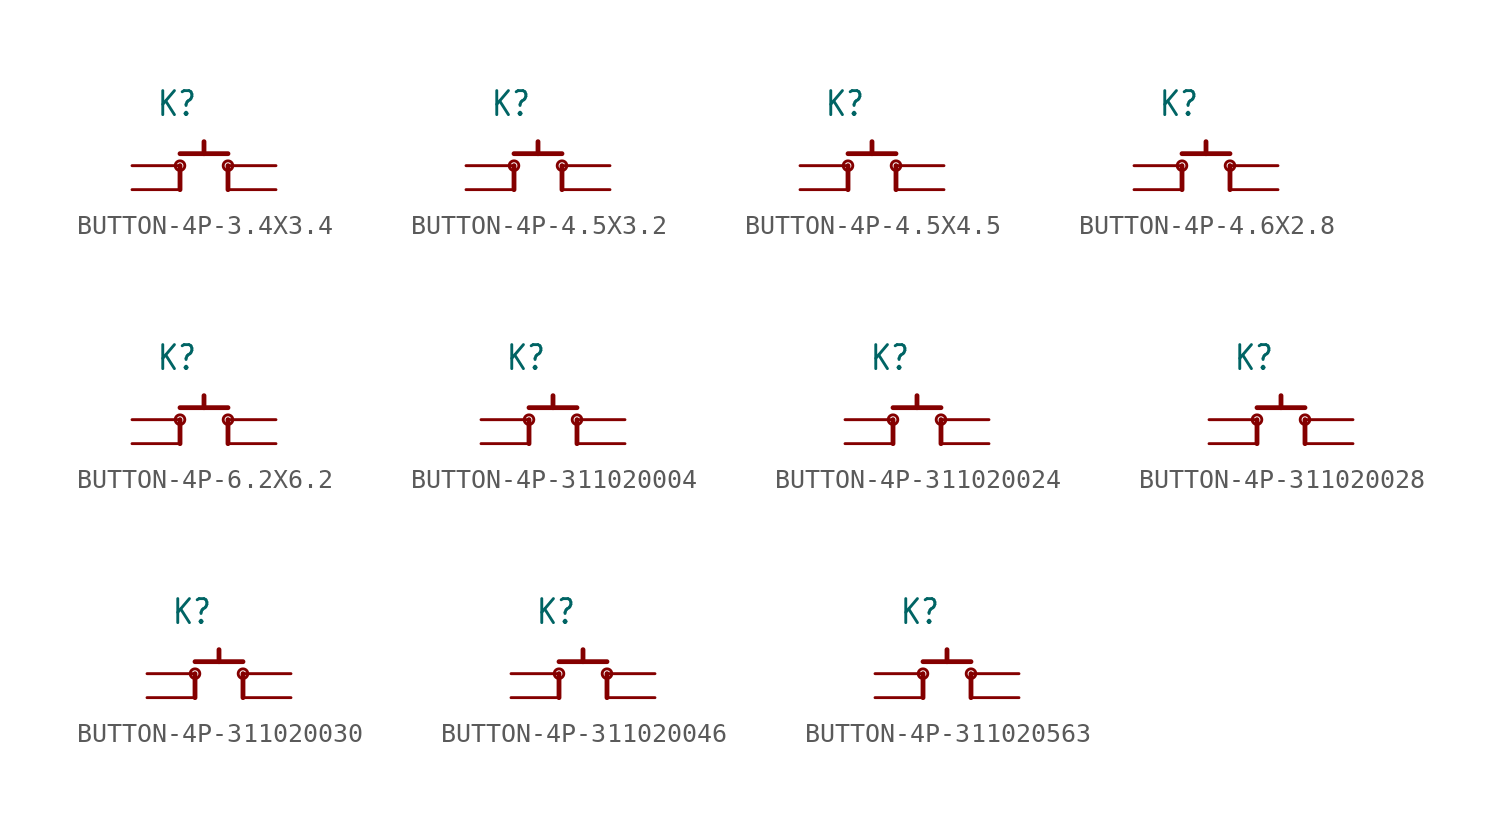
<source format=kicad_sym>
(kicad_symbol_lib
  (version 20220914)
  (generator kicad_symbol_editor)
  (symbol "BUTTON-4P-3.4X3.4"
    (property "Reference" "K"
      (at -2.54 2.54 0)
      (effects (font (size 1.27 1.079)) (justify left bottom)))
    (property "Value" ""
      (at -2.54 1.27 0)
      (effects (font (size 1.27 1.079)) (justify left bottom)))
    (property "ki_locked" ""
      (at 0 0 0)
      (effects (font (size 1.27 1.27))))
    (symbol "BUTTON-4P-3.4X3.4_1_0"
      (circle (center -1.27 0) (radius 0.254) (stroke (width 0) (type solid)) (fill (type none)))
      (polyline (pts (xy -1.27 -1.27) (xy -1.27 0)) (stroke (width 0.254) (type solid)) (fill (type none)))
      (polyline (pts (xy -1.27 0.635) (xy 0 0.635)) (stroke (width 0.254) (type solid)) (fill (type none)))
      (polyline (pts (xy 0 0.635) (xy 0 1.27)) (stroke (width 0.254) (type solid)) (fill (type none)))
      (polyline (pts (xy 0 0.635) (xy 1.27 0.635)) (stroke (width 0.254) (type solid)) (fill (type none)))
      (polyline (pts (xy 1.27 0) (xy 1.27 -1.27)) (stroke (width 0.254) (type solid)) (fill (type none)))
      (circle (center 1.27 0) (radius 0.254) (stroke (width 0) (type solid)) (fill (type none)))
      (pin bidirectional line (at -3.81 0 0) (length 2.54) (name "A0" (effects (font (size 0 0)))) (number "1" (effects (font (size 0 0)))))
      (pin bidirectional line (at 3.81 0 180) (length 2.54) (name "B0" (effects (font (size 0 0)))) (number "2" (effects (font (size 0 0)))))
      (pin bidirectional line (at -3.81 -1.27 0) (length 2.54) (name "A1" (effects (font (size 0 0)))) (number "3" (effects (font (size 0 0)))))
      (pin bidirectional line (at 3.81 -1.27 180) (length 2.54) (name "B1" (effects (font (size 0 0)))) (number "4" (effects (font (size 0 0)))))))
  (symbol "BUTTON-4P-4.5X3.2"
    (property "Reference" "K"
      (at -2.54 2.54 0)
      (effects (font (size 1.27 1.079)) (justify left bottom)))
    (property "Value" ""
      (at -2.54 1.27 0)
      (effects (font (size 1.27 1.079)) (justify left bottom)))
    (property "ki_locked" ""
      (at 0 0 0)
      (effects (font (size 1.27 1.27))))
    (symbol "BUTTON-4P-4.5X3.2_1_0"
      (circle (center -1.27 0) (radius 0.254) (stroke (width 0) (type solid)) (fill (type none)))
      (polyline (pts (xy -1.27 -1.27) (xy -1.27 0)) (stroke (width 0.254) (type solid)) (fill (type none)))
      (polyline (pts (xy -1.27 0.635) (xy 0 0.635)) (stroke (width 0.254) (type solid)) (fill (type none)))
      (polyline (pts (xy 0 0.635) (xy 0 1.27)) (stroke (width 0.254) (type solid)) (fill (type none)))
      (polyline (pts (xy 0 0.635) (xy 1.27 0.635)) (stroke (width 0.254) (type solid)) (fill (type none)))
      (polyline (pts (xy 1.27 0) (xy 1.27 -1.27)) (stroke (width 0.254) (type solid)) (fill (type none)))
      (circle (center 1.27 0) (radius 0.254) (stroke (width 0) (type solid)) (fill (type none)))
      (pin bidirectional line (at -3.81 0 0) (length 2.54) (name "A0" (effects (font (size 0 0)))) (number "1" (effects (font (size 0 0)))))
      (pin bidirectional line (at -3.81 -1.27 0) (length 2.54) (name "A1" (effects (font (size 0 0)))) (number "2" (effects (font (size 0 0)))))
      (pin bidirectional line (at 3.81 0 180) (length 2.54) (name "B0" (effects (font (size 0 0)))) (number "3" (effects (font (size 0 0)))))
      (pin bidirectional line (at 3.81 -1.27 180) (length 2.54) (name "B1" (effects (font (size 0 0)))) (number "4" (effects (font (size 0 0)))))))
  (symbol "BUTTON-4P-4.5X4.5"
    (property "Reference" "K"
      (at -2.54 2.54 0)
      (effects (font (size 1.27 1.079)) (justify left bottom)))
    (property "Value" ""
      (at -2.54 1.27 0)
      (effects (font (size 1.27 1.079)) (justify left bottom)))
    (property "ki_locked" ""
      (at 0 0 0)
      (effects (font (size 1.27 1.27))))
    (symbol "BUTTON-4P-4.5X4.5_1_0"
      (circle (center -1.27 0) (radius 0.254) (stroke (width 0) (type solid)) (fill (type none)))
      (polyline (pts (xy -1.27 -1.27) (xy -1.27 0)) (stroke (width 0.254) (type solid)) (fill (type none)))
      (polyline (pts (xy -1.27 0.635) (xy 0 0.635)) (stroke (width 0.254) (type solid)) (fill (type none)))
      (polyline (pts (xy 0 0.635) (xy 0 1.27)) (stroke (width 0.254) (type solid)) (fill (type none)))
      (polyline (pts (xy 0 0.635) (xy 1.27 0.635)) (stroke (width 0.254) (type solid)) (fill (type none)))
      (polyline (pts (xy 1.27 0) (xy 1.27 -1.27)) (stroke (width 0.254) (type solid)) (fill (type none)))
      (circle (center 1.27 0) (radius 0.254) (stroke (width 0) (type solid)) (fill (type none)))
      (pin bidirectional line (at -3.81 0 0) (length 2.54) (name "A0" (effects (font (size 0 0)))) (number "1" (effects (font (size 0 0)))))
      (pin bidirectional line (at -3.81 -1.27 0) (length 2.54) (name "A1" (effects (font (size 0 0)))) (number "2" (effects (font (size 0 0)))))
      (pin bidirectional line (at 3.81 0 180) (length 2.54) (name "B0" (effects (font (size 0 0)))) (number "3" (effects (font (size 0 0)))))
      (pin bidirectional line (at 3.81 -1.27 180) (length 2.54) (name "B1" (effects (font (size 0 0)))) (number "4" (effects (font (size 0 0)))))))
  (symbol "BUTTON-4P-4.6X2.8"
    (property "Reference" "K"
      (at -2.54 2.54 0)
      (effects (font (size 1.27 1.079)) (justify left bottom)))
    (property "Value" ""
      (at -2.54 1.27 0)
      (effects (font (size 1.27 1.079)) (justify left bottom)))
    (property "ki_locked" ""
      (at 0 0 0)
      (effects (font (size 1.27 1.27))))
    (symbol "BUTTON-4P-4.6X2.8_1_0"
      (circle (center -1.27 0) (radius 0.254) (stroke (width 0) (type solid)) (fill (type none)))
      (polyline (pts (xy -1.27 -1.27) (xy -1.27 0)) (stroke (width 0.254) (type solid)) (fill (type none)))
      (polyline (pts (xy -1.27 0.635) (xy 0 0.635)) (stroke (width 0.254) (type solid)) (fill (type none)))
      (polyline (pts (xy 0 0.635) (xy 0 1.27)) (stroke (width 0.254) (type solid)) (fill (type none)))
      (polyline (pts (xy 0 0.635) (xy 1.27 0.635)) (stroke (width 0.254) (type solid)) (fill (type none)))
      (polyline (pts (xy 1.27 0) (xy 1.27 -1.27)) (stroke (width 0.254) (type solid)) (fill (type none)))
      (circle (center 1.27 0) (radius 0.254) (stroke (width 0) (type solid)) (fill (type none)))
      (pin bidirectional line (at -3.81 0 0) (length 2.54) (name "A0" (effects (font (size 0 0)))) (number "1" (effects (font (size 0 0)))))
      (pin bidirectional line (at -3.81 -1.27 0) (length 2.54) (name "A1" (effects (font (size 0 0)))) (number "2" (effects (font (size 0 0)))))
      (pin bidirectional line (at 3.81 0 180) (length 2.54) (name "B0" (effects (font (size 0 0)))) (number "3" (effects (font (size 0 0)))))
      (pin bidirectional line (at 3.81 -1.27 180) (length 2.54) (name "B1" (effects (font (size 0 0)))) (number "4" (effects (font (size 0 0)))))))
  (symbol "BUTTON-4P-6.2X6.2"
    (property "Reference" "K"
      (at -2.54 2.54 0)
      (effects (font (size 1.27 1.079)) (justify left bottom)))
    (property "Value" ""
      (at -2.54 1.27 0)
      (effects (font (size 1.27 1.079)) (justify left bottom)))
    (property "ki_locked" ""
      (at 0 0 0)
      (effects (font (size 1.27 1.27))))
    (symbol "BUTTON-4P-6.2X6.2_1_0"
      (circle (center -1.27 0) (radius 0.254) (stroke (width 0) (type solid)) (fill (type none)))
      (polyline (pts (xy -1.27 -1.27) (xy -1.27 0)) (stroke (width 0.254) (type solid)) (fill (type none)))
      (polyline (pts (xy -1.27 0.635) (xy 0 0.635)) (stroke (width 0.254) (type solid)) (fill (type none)))
      (polyline (pts (xy 0 0.635) (xy 0 1.27)) (stroke (width 0.254) (type solid)) (fill (type none)))
      (polyline (pts (xy 0 0.635) (xy 1.27 0.635)) (stroke (width 0.254) (type solid)) (fill (type none)))
      (polyline (pts (xy 1.27 0) (xy 1.27 -1.27)) (stroke (width 0.254) (type solid)) (fill (type none)))
      (circle (center 1.27 0) (radius 0.254) (stroke (width 0) (type solid)) (fill (type none)))
      (pin bidirectional line (at -3.81 0 0) (length 2.54) (name "A0" (effects (font (size 0 0)))) (number "1" (effects (font (size 0 0)))))
      (pin bidirectional line (at 3.81 0 180) (length 2.54) (name "B0" (effects (font (size 0 0)))) (number "2" (effects (font (size 0 0)))))
      (pin bidirectional line (at 3.81 -1.27 180) (length 2.54) (name "B1" (effects (font (size 0 0)))) (number "3" (effects (font (size 0 0)))))
      (pin bidirectional line (at -3.81 -1.27 0) (length 2.54) (name "A1" (effects (font (size 0 0)))) (number "4" (effects (font (size 0 0)))))))
  (symbol "BUTTON-4P-311020004"
    (property "Reference" "K"
      (at -2.54 2.54 0)
      (effects (font (size 1.27 1.079)) (justify left bottom)))
    (property "Value" ""
      (at -2.54 1.27 0)
      (effects (font (size 1.27 1.079)) (justify left bottom)))
    (property "ki_locked" ""
      (at 0 0 0)
      (effects (font (size 1.27 1.27))))
    (symbol "BUTTON-4P-311020004_1_0"
      (circle (center -1.27 0) (radius 0.254) (stroke (width 0) (type solid)) (fill (type none)))
      (polyline (pts (xy -1.27 -1.27) (xy -1.27 0)) (stroke (width 0.254) (type solid)) (fill (type none)))
      (polyline (pts (xy -1.27 0.635) (xy 0 0.635)) (stroke (width 0.254) (type solid)) (fill (type none)))
      (polyline (pts (xy 0 0.635) (xy 0 1.27)) (stroke (width 0.254) (type solid)) (fill (type none)))
      (polyline (pts (xy 0 0.635) (xy 1.27 0.635)) (stroke (width 0.254) (type solid)) (fill (type none)))
      (polyline (pts (xy 1.27 0) (xy 1.27 -1.27)) (stroke (width 0.254) (type solid)) (fill (type none)))
      (circle (center 1.27 0) (radius 0.254) (stroke (width 0) (type solid)) (fill (type none)))
      (pin bidirectional line (at -3.81 0 0) (length 2.54) (name "A0" (effects (font (size 0 0)))) (number "1" (effects (font (size 0 0)))))
      (pin bidirectional line (at 3.81 0 180) (length 2.54) (name "B0" (effects (font (size 0 0)))) (number "2" (effects (font (size 0 0)))))
      (pin bidirectional line (at 3.81 -1.27 180) (length 2.54) (name "B1" (effects (font (size 0 0)))) (number "3" (effects (font (size 0 0)))))
      (pin bidirectional line (at -3.81 -1.27 0) (length 2.54) (name "A1" (effects (font (size 0 0)))) (number "4" (effects (font (size 0 0)))))))
  (symbol "BUTTON-4P-311020024"
    (property "Reference" "K"
      (at -2.54 2.54 0)
      (effects (font (size 1.27 1.079)) (justify left bottom)))
    (property "Value" ""
      (at -2.54 1.27 0)
      (effects (font (size 1.27 1.079)) (justify left bottom)))
    (property "ki_locked" ""
      (at 0 0 0)
      (effects (font (size 1.27 1.27))))
    (symbol "BUTTON-4P-311020024_1_0"
      (circle (center -1.27 0) (radius 0.254) (stroke (width 0) (type solid)) (fill (type none)))
      (polyline (pts (xy -1.27 -1.27) (xy -1.27 0)) (stroke (width 0.254) (type solid)) (fill (type none)))
      (polyline (pts (xy -1.27 0.635) (xy 0 0.635)) (stroke (width 0.254) (type solid)) (fill (type none)))
      (polyline (pts (xy 0 0.635) (xy 0 1.27)) (stroke (width 0.254) (type solid)) (fill (type none)))
      (polyline (pts (xy 0 0.635) (xy 1.27 0.635)) (stroke (width 0.254) (type solid)) (fill (type none)))
      (polyline (pts (xy 1.27 0) (xy 1.27 -1.27)) (stroke (width 0.254) (type solid)) (fill (type none)))
      (circle (center 1.27 0) (radius 0.254) (stroke (width 0) (type solid)) (fill (type none)))
      (pin bidirectional line (at -3.81 0 0) (length 2.54) (name "A0" (effects (font (size 0 0)))) (number "1" (effects (font (size 0 0)))))
      (pin bidirectional line (at 3.81 0 180) (length 2.54) (name "B0" (effects (font (size 0 0)))) (number "2" (effects (font (size 0 0)))))
      (pin bidirectional line (at 3.81 -1.27 180) (length 2.54) (name "B1" (effects (font (size 0 0)))) (number "3" (effects (font (size 0 0)))))
      (pin bidirectional line (at -3.81 -1.27 0) (length 2.54) (name "A1" (effects (font (size 0 0)))) (number "4" (effects (font (size 0 0)))))))
  (symbol "BUTTON-4P-311020028"
    (property "Reference" "K"
      (at -2.54 2.54 0)
      (effects (font (size 1.27 1.079)) (justify left bottom)))
    (property "Value" ""
      (at -2.54 1.27 0)
      (effects (font (size 1.27 1.079)) (justify left bottom)))
    (property "ki_locked" ""
      (at 0 0 0)
      (effects (font (size 1.27 1.27))))
    (symbol "BUTTON-4P-311020028_1_0"
      (circle (center -1.27 0) (radius 0.254) (stroke (width 0) (type solid)) (fill (type none)))
      (polyline (pts (xy -1.27 -1.27) (xy -1.27 0)) (stroke (width 0.254) (type solid)) (fill (type none)))
      (polyline (pts (xy -1.27 0.635) (xy 0 0.635)) (stroke (width 0.254) (type solid)) (fill (type none)))
      (polyline (pts (xy 0 0.635) (xy 0 1.27)) (stroke (width 0.254) (type solid)) (fill (type none)))
      (polyline (pts (xy 0 0.635) (xy 1.27 0.635)) (stroke (width 0.254) (type solid)) (fill (type none)))
      (polyline (pts (xy 1.27 0) (xy 1.27 -1.27)) (stroke (width 0.254) (type solid)) (fill (type none)))
      (circle (center 1.27 0) (radius 0.254) (stroke (width 0) (type solid)) (fill (type none)))
      (pin bidirectional line (at -3.81 0 0) (length 2.54) (name "A0" (effects (font (size 0 0)))) (number "1" (effects (font (size 0 0)))))
      (pin bidirectional line (at 3.81 0 180) (length 2.54) (name "B0" (effects (font (size 0 0)))) (number "2" (effects (font (size 0 0)))))
      (pin bidirectional line (at 3.81 -1.27 180) (length 2.54) (name "B1" (effects (font (size 0 0)))) (number "3" (effects (font (size 0 0)))))
      (pin bidirectional line (at -3.81 -1.27 0) (length 2.54) (name "A1" (effects (font (size 0 0)))) (number "4" (effects (font (size 0 0)))))))
  (symbol "BUTTON-4P-311020030"
    (property "Reference" "K"
      (at -2.54 2.54 0)
      (effects (font (size 1.27 1.079)) (justify left bottom)))
    (property "Value" ""
      (at -2.54 1.27 0)
      (effects (font (size 1.27 1.079)) (justify left bottom)))
    (property "ki_locked" ""
      (at 0 0 0)
      (effects (font (size 1.27 1.27))))
    (symbol "BUTTON-4P-311020030_1_0"
      (circle (center -1.27 0) (radius 0.254) (stroke (width 0) (type solid)) (fill (type none)))
      (polyline (pts (xy -1.27 -1.27) (xy -1.27 0)) (stroke (width 0.254) (type solid)) (fill (type none)))
      (polyline (pts (xy -1.27 0.635) (xy 0 0.635)) (stroke (width 0.254) (type solid)) (fill (type none)))
      (polyline (pts (xy 0 0.635) (xy 0 1.27)) (stroke (width 0.254) (type solid)) (fill (type none)))
      (polyline (pts (xy 0 0.635) (xy 1.27 0.635)) (stroke (width 0.254) (type solid)) (fill (type none)))
      (polyline (pts (xy 1.27 0) (xy 1.27 -1.27)) (stroke (width 0.254) (type solid)) (fill (type none)))
      (circle (center 1.27 0) (radius 0.254) (stroke (width 0) (type solid)) (fill (type none)))
      (pin bidirectional line (at -3.81 0 0) (length 2.54) (name "A0" (effects (font (size 0 0)))) (number "A0" (effects (font (size 0 0)))))
      (pin bidirectional line (at -3.81 -1.27 0) (length 2.54) (name "A1" (effects (font (size 0 0)))) (number "A1" (effects (font (size 0 0)))))
      (pin bidirectional line (at 3.81 0 180) (length 2.54) (name "B0" (effects (font (size 0 0)))) (number "B0" (effects (font (size 0 0)))))
      (pin bidirectional line (at 3.81 -1.27 180) (length 2.54) (name "B1" (effects (font (size 0 0)))) (number "B1" (effects (font (size 0 0)))))))
  (symbol "BUTTON-4P-311020046"
    (property "Reference" "K"
      (at -2.54 2.54 0)
      (effects (font (size 1.27 1.079)) (justify left bottom)))
    (property "Value" ""
      (at -2.54 1.27 0)
      (effects (font (size 1.27 1.079)) (justify left bottom)))
    (property "ki_locked" ""
      (at 0 0 0)
      (effects (font (size 1.27 1.27))))
    (symbol "BUTTON-4P-311020046_1_0"
      (circle (center -1.27 0) (radius 0.254) (stroke (width 0) (type solid)) (fill (type none)))
      (polyline (pts (xy -1.27 -1.27) (xy -1.27 0)) (stroke (width 0.254) (type solid)) (fill (type none)))
      (polyline (pts (xy -1.27 0.635) (xy 0 0.635)) (stroke (width 0.254) (type solid)) (fill (type none)))
      (polyline (pts (xy 0 0.635) (xy 0 1.27)) (stroke (width 0.254) (type solid)) (fill (type none)))
      (polyline (pts (xy 0 0.635) (xy 1.27 0.635)) (stroke (width 0.254) (type solid)) (fill (type none)))
      (polyline (pts (xy 1.27 0) (xy 1.27 -1.27)) (stroke (width 0.254) (type solid)) (fill (type none)))
      (circle (center 1.27 0) (radius 0.254) (stroke (width 0) (type solid)) (fill (type none)))
      (pin bidirectional line (at -3.81 0 0) (length 2.54) (name "A0" (effects (font (size 0 0)))) (number "1" (effects (font (size 0 0)))))
      (pin bidirectional line (at -3.81 -1.27 0) (length 2.54) (name "A1" (effects (font (size 0 0)))) (number "2" (effects (font (size 0 0)))))
      (pin bidirectional line (at 3.81 -1.27 180) (length 2.54) (name "B1" (effects (font (size 0 0)))) (number "3" (effects (font (size 0 0)))))
      (pin bidirectional line (at 3.81 0 180) (length 2.54) (name "B0" (effects (font (size 0 0)))) (number "4" (effects (font (size 0 0)))))))
  (symbol "BUTTON-4P-311020563"
    (property "Reference" "K"
      (at -2.54 2.54 0)
      (effects (font (size 1.27 1.079)) (justify left bottom)))
    (property "Value" ""
      (at -2.54 1.27 0)
      (effects (font (size 1.27 1.079)) (justify left bottom)))
    (property "ki_locked" ""
      (at 0 0 0)
      (effects (font (size 1.27 1.27))))
    (symbol "BUTTON-4P-311020563_1_0"
      (circle (center -1.27 0) (radius 0.254) (stroke (width 0) (type solid)) (fill (type none)))
      (polyline (pts (xy -1.27 -1.27) (xy -1.27 0)) (stroke (width 0.254) (type solid)) (fill (type none)))
      (polyline (pts (xy -1.27 0.635) (xy 0 0.635)) (stroke (width 0.254) (type solid)) (fill (type none)))
      (polyline (pts (xy 0 0.635) (xy 0 1.27)) (stroke (width 0.254) (type solid)) (fill (type none)))
      (polyline (pts (xy 0 0.635) (xy 1.27 0.635)) (stroke (width 0.254) (type solid)) (fill (type none)))
      (polyline (pts (xy 1.27 0) (xy 1.27 -1.27)) (stroke (width 0.254) (type solid)) (fill (type none)))
      (circle (center 1.27 0) (radius 0.254) (stroke (width 0) (type solid)) (fill (type none)))
      (pin bidirectional line (at -3.81 0 0) (length 2.54) (name "A0" (effects (font (size 0 0)))) (number "1" (effects (font (size 0 0)))))
      (pin bidirectional line (at -3.81 -1.27 0) (length 2.54) (name "A1" (effects (font (size 0 0)))) (number "2" (effects (font (size 0 0)))))
      (pin bidirectional line (at 3.81 0 180) (length 2.54) (name "B0" (effects (font (size 0 0)))) (number "3" (effects (font (size 0 0)))))
      (pin bidirectional line (at 3.81 -1.27 180) (length 2.54) (name "B1" (effects (font (size 0 0)))) (number "4" (effects (font (size 0 0))))))))
</source>
